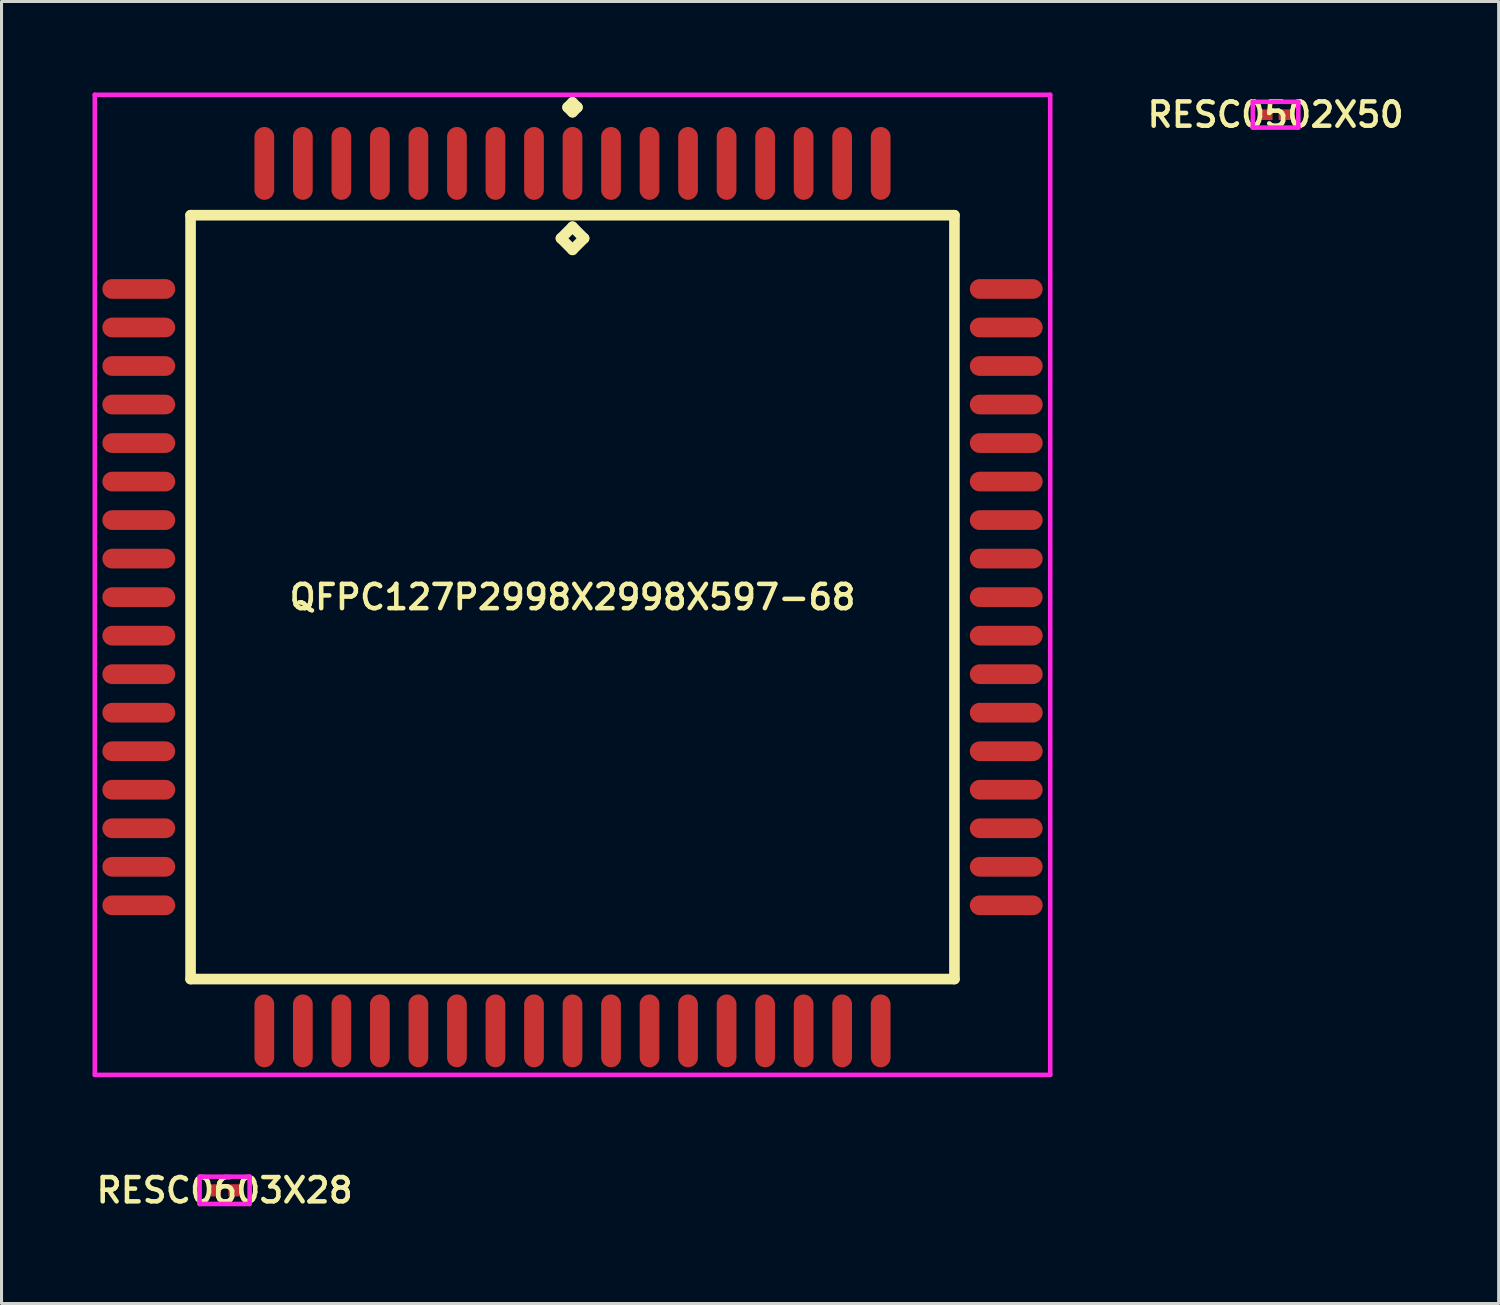
<source format=kicad_pcb>
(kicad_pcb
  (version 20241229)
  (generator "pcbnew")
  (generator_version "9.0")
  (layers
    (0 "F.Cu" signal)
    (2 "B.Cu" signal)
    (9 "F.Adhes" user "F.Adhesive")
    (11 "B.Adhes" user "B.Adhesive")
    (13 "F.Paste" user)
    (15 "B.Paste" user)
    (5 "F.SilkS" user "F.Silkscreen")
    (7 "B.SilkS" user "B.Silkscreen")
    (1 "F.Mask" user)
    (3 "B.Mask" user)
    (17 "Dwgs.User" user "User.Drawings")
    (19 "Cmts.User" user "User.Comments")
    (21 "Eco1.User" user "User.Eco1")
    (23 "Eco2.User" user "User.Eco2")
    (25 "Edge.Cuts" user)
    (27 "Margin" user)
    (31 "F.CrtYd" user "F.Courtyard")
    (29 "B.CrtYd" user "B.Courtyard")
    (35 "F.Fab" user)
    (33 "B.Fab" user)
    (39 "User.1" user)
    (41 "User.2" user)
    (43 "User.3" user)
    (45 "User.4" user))
  (footprint "RESC0502X50"
    (layer "F.Cu")
    (at 39.005 0.731)
    (property "Reference" "RESC0502X50" (at 0 0 0) (layer "F.SilkS") (effects (font (size 0.8 0.8) (thickness 0.15))))
    (attr smd)
    (fp_line (start -0.75 -0.425) (end 0.75 -0.425) (stroke (width 0.15) (type solid)) (layer "F.CrtYd"))
    (fp_line (start -0.75 0.425) (end -0.75 -0.425) (stroke (width 0.15) (type solid)) (layer "F.CrtYd"))
    (fp_line (start 0.75 -0.425) (end 0.75 0.425) (stroke (width 0.15) (type solid)) (layer "F.CrtYd"))
    (fp_line (start 0.75 0.425) (end -0.75 0.425) (stroke (width 0.15) (type solid)) (layer "F.CrtYd"))
    (pad "1" smd rect (at -0.3 0) (size 0.4 0.35) (layers "F.Cu" "F.Mask" "F.Paste"))
    (pad "2" smd rect (at 0.3 0) (size 0.4 0.35) (layers "F.Cu" "F.Mask" "F.Paste")))
  (footprint "RESC0603X28"
    (layer "F.Cu")
    (at 4.355 36.194)
    (property "Reference" "RESC0603X28" (at 0 0 0) (layer "F.SilkS") (effects (font (size 0.8 0.8) (thickness 0.15))))
    (attr smd)
    (fp_line (start -0.825 -0.45) (end 0.825 -0.45) (stroke (width 0.15) (type solid)) (layer "F.CrtYd"))
    (fp_line (start -0.825 0.45) (end -0.825 -0.45) (stroke (width 0.15) (type solid)) (layer "F.CrtYd"))
    (fp_line (start 0.825 -0.45) (end 0.825 0.45) (stroke (width 0.15) (type solid)) (layer "F.CrtYd"))
    (fp_line (start 0.825 0.45) (end -0.825 0.45) (stroke (width 0.15) (type solid)) (layer "F.CrtYd"))
    (pad "1" smd rect (at -0.35 0) (size 0.45 0.4) (layers "F.Cu" "F.Mask" "F.Paste"))
    (pad "2" smd rect (at 0.35 0) (size 0.45 0.4) (layers "F.Cu" "F.Mask" "F.Paste")))
  (footprint "QFPC127P2998X2998X597-68"
    (layer "F.Cu")
    (at 15.825 16.637)
    (property "Reference" "QFPC127P2998X2998X597-68" (at 0 0 0) (layer "F.SilkS") (effects (font (size 0.8 0.8) (thickness 0.15))))
    (attr smd)
    (fp_line (start -12.592 -12.592) (end -12.592 12.592) (stroke (width 0.35) (type solid)) (layer "F.SilkS"))
    (fp_line (start -12.592 12.592) (end 12.592 12.592) (stroke (width 0.35) (type solid)) (layer "F.SilkS"))
    (fp_line (start -0.381 -11.83) (end 0 -12.211) (stroke (width 0.35) (type solid)) (layer "F.SilkS"))
    (fp_line (start -0.163 -16.15) (end 0 -16.312) (stroke (width 0.35) (type solid)) (layer "F.SilkS"))
    (fp_line (start 0 -16.312) (end 0.163 -16.15) (stroke (width 0.35) (type solid)) (layer "F.SilkS"))
    (fp_line (start 0 -15.988) (end -0.163 -16.15) (stroke (width 0.35) (type solid)) (layer "F.SilkS"))
    (fp_line (start 0 -12.211) (end 0.381 -11.83) (stroke (width 0.35) (type solid)) (layer "F.SilkS"))
    (fp_line (start 0 -11.449) (end -0.381 -11.83) (stroke (width 0.35) (type solid)) (layer "F.SilkS"))
    (fp_line (start 0.163 -16.15) (end 0 -15.988) (stroke (width 0.35) (type solid)) (layer "F.SilkS"))
    (fp_line (start 0.381 -11.83) (end 0 -11.449) (stroke (width 0.35) (type solid)) (layer "F.SilkS"))
    (fp_line (start 12.592 -12.592) (end -12.592 -12.592) (stroke (width 0.35) (type solid)) (layer "F.SilkS"))
    (fp_line (start 12.592 12.592) (end 12.592 -12.592) (stroke (width 0.35) (type solid)) (layer "F.SilkS"))
    (fp_line (start -15.75 -16.562) (end 15.75 -16.562) (stroke (width 0.15) (type solid)) (layer "F.CrtYd"))
    (fp_line (start -15.75 15.75) (end -15.75 -16.562) (stroke (width 0.15) (type solid)) (layer "F.CrtYd"))
    (fp_line (start 15.75 -16.562) (end 15.75 15.75) (stroke (width 0.15) (type solid)) (layer "F.CrtYd"))
    (fp_line (start 15.75 15.75) (end -15.75 15.75) (stroke (width 0.15) (type solid)) (layer "F.CrtYd"))
    (pad "1" smd oval (at 0 -14.3) (size 0.65 2.4) (layers "F.Cu" "F.Mask" "F.Paste"))
    (pad "2" smd oval (at -1.27 -14.3) (size 0.65 2.4) (layers "F.Cu" "F.Mask" "F.Paste"))
    (pad "3" smd oval (at -2.54 -14.3) (size 0.65 2.4) (layers "F.Cu" "F.Mask" "F.Paste"))
    (pad "4" smd oval (at -3.81 -14.3) (size 0.65 2.4) (layers "F.Cu" "F.Mask" "F.Paste"))
    (pad "5" smd oval (at -5.08 -14.3) (size 0.65 2.4) (layers "F.Cu" "F.Mask" "F.Paste"))
    (pad "6" smd oval (at -6.35 -14.3) (size 0.65 2.4) (layers "F.Cu" "F.Mask" "F.Paste"))
    (pad "7" smd oval (at -7.62 -14.3) (size 0.65 2.4) (layers "F.Cu" "F.Mask" "F.Paste"))
    (pad "8" smd oval (at -8.89 -14.3) (size 0.65 2.4) (layers "F.Cu" "F.Mask" "F.Paste"))
    (pad "9" smd oval (at -10.16 -14.3) (size 0.65 2.4) (layers "F.Cu" "F.Mask" "F.Paste"))
    (pad "10" smd oval (at -14.3 -10.16) (size 2.4 0.65) (layers "F.Cu" "F.Mask" "F.Paste"))
    (pad "11" smd oval (at -14.3 -8.89) (size 2.4 0.65) (layers "F.Cu" "F.Mask" "F.Paste"))
    (pad "12" smd oval (at -14.3 -7.62) (size 2.4 0.65) (layers "F.Cu" "F.Mask" "F.Paste"))
    (pad "13" smd oval (at -14.3 -6.35) (size 2.4 0.65) (layers "F.Cu" "F.Mask" "F.Paste"))
    (pad "14" smd oval (at -14.3 -5.08) (size 2.4 0.65) (layers "F.Cu" "F.Mask" "F.Paste"))
    (pad "15" smd oval (at -14.3 -3.81) (size 2.4 0.65) (layers "F.Cu" "F.Mask" "F.Paste"))
    (pad "16" smd oval (at -14.3 -2.54) (size 2.4 0.65) (layers "F.Cu" "F.Mask" "F.Paste"))
    (pad "17" smd oval (at -14.3 -1.27) (size 2.4 0.65) (layers "F.Cu" "F.Mask" "F.Paste"))
    (pad "18" smd oval (at -14.3 0) (size 2.4 0.65) (layers "F.Cu" "F.Mask" "F.Paste"))
    (pad "19" smd oval (at -14.3 1.27) (size 2.4 0.65) (layers "F.Cu" "F.Mask" "F.Paste"))
    (pad "20" smd oval (at -14.3 2.54) (size 2.4 0.65) (layers "F.Cu" "F.Mask" "F.Paste"))
    (pad "21" smd oval (at -14.3 3.81) (size 2.4 0.65) (layers "F.Cu" "F.Mask" "F.Paste"))
    (pad "22" smd oval (at -14.3 5.08) (size 2.4 0.65) (layers "F.Cu" "F.Mask" "F.Paste"))
    (pad "23" smd oval (at -14.3 6.35) (size 2.4 0.65) (layers "F.Cu" "F.Mask" "F.Paste"))
    (pad "24" smd oval (at -14.3 7.62) (size 2.4 0.65) (layers "F.Cu" "F.Mask" "F.Paste"))
    (pad "25" smd oval (at -14.3 8.89) (size 2.4 0.65) (layers "F.Cu" "F.Mask" "F.Paste"))
    (pad "26" smd oval (at -14.3 10.16) (size 2.4 0.65) (layers "F.Cu" "F.Mask" "F.Paste"))
    (pad "27" smd oval (at -10.16 14.3) (size 0.65 2.4) (layers "F.Cu" "F.Mask" "F.Paste"))
    (pad "28" smd oval (at -8.89 14.3) (size 0.65 2.4) (layers "F.Cu" "F.Mask" "F.Paste"))
    (pad "29" smd oval (at -7.62 14.3) (size 0.65 2.4) (layers "F.Cu" "F.Mask" "F.Paste"))
    (pad "30" smd oval (at -6.35 14.3) (size 0.65 2.4) (layers "F.Cu" "F.Mask" "F.Paste"))
    (pad "31" smd oval (at -5.08 14.3) (size 0.65 2.4) (layers "F.Cu" "F.Mask" "F.Paste"))
    (pad "32" smd oval (at -3.81 14.3) (size 0.65 2.4) (layers "F.Cu" "F.Mask" "F.Paste"))
    (pad "33" smd oval (at -2.54 14.3) (size 0.65 2.4) (layers "F.Cu" "F.Mask" "F.Paste"))
    (pad "34" smd oval (at -1.27 14.3) (size 0.65 2.4) (layers "F.Cu" "F.Mask" "F.Paste"))
    (pad "35" smd oval (at 0 14.3) (size 0.65 2.4) (layers "F.Cu" "F.Mask" "F.Paste"))
    (pad "36" smd oval (at 1.27 14.3) (size 0.65 2.4) (layers "F.Cu" "F.Mask" "F.Paste"))
    (pad "37" smd oval (at 2.54 14.3) (size 0.65 2.4) (layers "F.Cu" "F.Mask" "F.Paste"))
    (pad "38" smd oval (at 3.81 14.3) (size 0.65 2.4) (layers "F.Cu" "F.Mask" "F.Paste"))
    (pad "39" smd oval (at 5.08 14.3) (size 0.65 2.4) (layers "F.Cu" "F.Mask" "F.Paste"))
    (pad "40" smd oval (at 6.35 14.3) (size 0.65 2.4) (layers "F.Cu" "F.Mask" "F.Paste"))
    (pad "41" smd oval (at 7.62 14.3) (size 0.65 2.4) (layers "F.Cu" "F.Mask" "F.Paste"))
    (pad "42" smd oval (at 8.89 14.3) (size 0.65 2.4) (layers "F.Cu" "F.Mask" "F.Paste"))
    (pad "43" smd oval (at 10.16 14.3) (size 0.65 2.4) (layers "F.Cu" "F.Mask" "F.Paste"))
    (pad "44" smd oval (at 14.3 10.16) (size 2.4 0.65) (layers "F.Cu" "F.Mask" "F.Paste"))
    (pad "45" smd oval (at 14.3 8.89) (size 2.4 0.65) (layers "F.Cu" "F.Mask" "F.Paste"))
    (pad "46" smd oval (at 14.3 7.62) (size 2.4 0.65) (layers "F.Cu" "F.Mask" "F.Paste"))
    (pad "47" smd oval (at 14.3 6.35) (size 2.4 0.65) (layers "F.Cu" "F.Mask" "F.Paste"))
    (pad "48" smd oval (at 14.3 5.08) (size 2.4 0.65) (layers "F.Cu" "F.Mask" "F.Paste"))
    (pad "49" smd oval (at 14.3 3.81) (size 2.4 0.65) (layers "F.Cu" "F.Mask" "F.Paste"))
    (pad "50" smd oval (at 14.3 2.54) (size 2.4 0.65) (layers "F.Cu" "F.Mask" "F.Paste"))
    (pad "51" smd oval (at 14.3 1.27) (size 2.4 0.65) (layers "F.Cu" "F.Mask" "F.Paste"))
    (pad "52" smd oval (at 14.3 0) (size 2.4 0.65) (layers "F.Cu" "F.Mask" "F.Paste"))
    (pad "53" smd oval (at 14.3 -1.27) (size 2.4 0.65) (layers "F.Cu" "F.Mask" "F.Paste"))
    (pad "54" smd oval (at 14.3 -2.54) (size 2.4 0.65) (layers "F.Cu" "F.Mask" "F.Paste"))
    (pad "55" smd oval (at 14.3 -3.81) (size 2.4 0.65) (layers "F.Cu" "F.Mask" "F.Paste"))
    (pad "56" smd oval (at 14.3 -5.08) (size 2.4 0.65) (layers "F.Cu" "F.Mask" "F.Paste"))
    (pad "57" smd oval (at 14.3 -6.35) (size 2.4 0.65) (layers "F.Cu" "F.Mask" "F.Paste"))
    (pad "58" smd oval (at 14.3 -7.62) (size 2.4 0.65) (layers "F.Cu" "F.Mask" "F.Paste"))
    (pad "59" smd oval (at 14.3 -8.89) (size 2.4 0.65) (layers "F.Cu" "F.Mask" "F.Paste"))
    (pad "60" smd oval (at 14.3 -10.16) (size 2.4 0.65) (layers "F.Cu" "F.Mask" "F.Paste"))
    (pad "61" smd oval (at 10.16 -14.3) (size 0.65 2.4) (layers "F.Cu" "F.Mask" "F.Paste"))
    (pad "62" smd oval (at 8.89 -14.3) (size 0.65 2.4) (layers "F.Cu" "F.Mask" "F.Paste"))
    (pad "63" smd oval (at 7.62 -14.3) (size 0.65 2.4) (layers "F.Cu" "F.Mask" "F.Paste"))
    (pad "64" smd oval (at 6.35 -14.3) (size 0.65 2.4) (layers "F.Cu" "F.Mask" "F.Paste"))
    (pad "65" smd oval (at 5.08 -14.3) (size 0.65 2.4) (layers "F.Cu" "F.Mask" "F.Paste"))
    (pad "66" smd oval (at 3.81 -14.3) (size 0.65 2.4) (layers "F.Cu" "F.Mask" "F.Paste"))
    (pad "67" smd oval (at 2.54 -14.3) (size 0.65 2.4) (layers "F.Cu" "F.Mask" "F.Paste"))
    (pad "68" smd oval (at 1.27 -14.3) (size 0.65 2.4) (layers "F.Cu" "F.Mask" "F.Paste")))
  (gr_rect
    (start -3 -3)
    (end 46.359 39.925)
    (stroke (width 0.1) (type default))
    (fill no)
    (layer "Edge.Cuts")))
</source>
